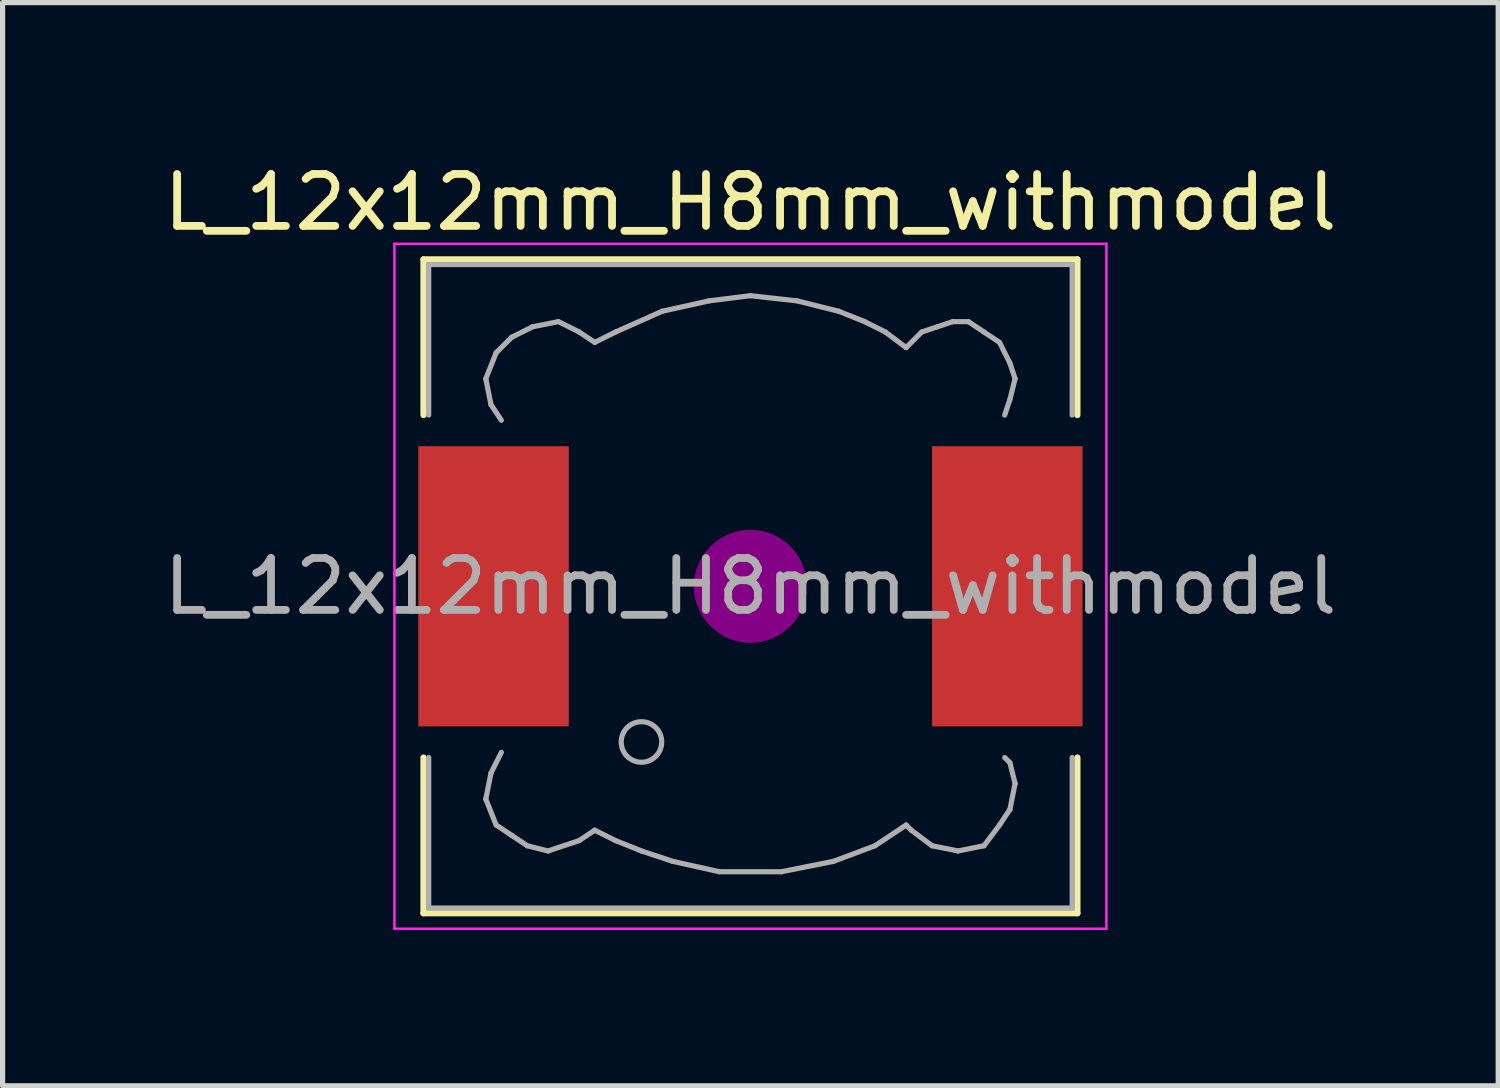
<source format=kicad_pcb>
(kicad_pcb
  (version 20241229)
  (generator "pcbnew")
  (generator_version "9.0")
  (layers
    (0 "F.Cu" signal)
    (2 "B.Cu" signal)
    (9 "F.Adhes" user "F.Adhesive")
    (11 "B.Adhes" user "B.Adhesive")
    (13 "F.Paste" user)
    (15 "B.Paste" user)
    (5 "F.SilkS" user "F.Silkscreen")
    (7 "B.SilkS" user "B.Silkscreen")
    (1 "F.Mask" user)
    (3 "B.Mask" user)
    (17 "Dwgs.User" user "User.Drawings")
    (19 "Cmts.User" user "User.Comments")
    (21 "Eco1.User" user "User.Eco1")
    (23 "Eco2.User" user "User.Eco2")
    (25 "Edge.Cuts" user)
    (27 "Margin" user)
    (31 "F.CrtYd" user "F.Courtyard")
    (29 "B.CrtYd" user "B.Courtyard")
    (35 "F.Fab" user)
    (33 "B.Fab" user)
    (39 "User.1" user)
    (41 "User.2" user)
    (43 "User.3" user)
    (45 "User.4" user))
  (footprint "L_12x12mm_H8mm_withmodel"
    (layer "F.Cu")
    (at 11.411 8.248)
    (property "Reference" "L_12x12mm_H8mm_withmodel" (at 0 -7.4 0) (layer "F.SilkS") (effects (font (size 1 1) (thickness 0.15))))
    (attr smd)
    (fp_line (start -6.3 -6.3) (end 6.3 -6.3) (stroke (width 0.12) (type solid)) (layer "F.SilkS"))
    (fp_line (start -6.3 -3.3) (end -6.3 -6.3) (stroke (width 0.12) (type solid)) (layer "F.SilkS"))
    (fp_line (start -6.3 6.3) (end -6.3 3.3) (stroke (width 0.12) (type solid)) (layer "F.SilkS"))
    (fp_line (start 6.3 -6.3) (end 6.3 -3.3) (stroke (width 0.12) (type solid)) (layer "F.SilkS"))
    (fp_line (start 6.3 3.3) (end 6.3 6.3) (stroke (width 0.12) (type solid)) (layer "F.SilkS"))
    (fp_line (start 6.3 6.3) (end -6.3 6.3) (stroke (width 0.12) (type solid)) (layer "F.SilkS"))
    (fp_circle (center 0 0) (end 0.15 0.15) (stroke (width 0.38) (type solid)) (fill no) (layer "F.Adhes"))
    (fp_circle (center 0 0) (end 0.55 0) (stroke (width 0.38) (type solid)) (fill no) (layer "F.Adhes"))
    (fp_circle (center 0 0) (end 0.9 0) (stroke (width 0.38) (type solid)) (fill no) (layer "F.Adhes"))
    (fp_line (start -6.86 -6.6) (end 6.86 -6.6) (stroke (width 0.05) (type solid)) (layer "F.CrtYd"))
    (fp_line (start -6.86 6.6) (end -6.86 -6.6) (stroke (width 0.05) (type solid)) (layer "F.CrtYd"))
    (fp_line (start 6.86 -6.6) (end 6.86 6.6) (stroke (width 0.05) (type solid)) (layer "F.CrtYd"))
    (fp_line (start 6.86 6.6) (end -6.86 6.6) (stroke (width 0.05) (type solid)) (layer "F.CrtYd"))
    (fp_line (start -6.2 -6.2) (end -6.2 -3.3) (stroke (width 0.1) (type solid)) (layer "F.Fab"))
    (fp_line (start -6.2 3.3) (end -6.2 6.2) (stroke (width 0.1) (type solid)) (layer "F.Fab"))
    (fp_line (start -6.2 6.2) (end 6.2 6.2) (stroke (width 0.1) (type solid)) (layer "F.Fab"))
    (fp_line (start -5.1 -4) (end -5 -3.5) (stroke (width 0.1) (type solid)) (layer "F.Fab"))
    (fp_line (start -5.1 4.1) (end -5 3.6) (stroke (width 0.1) (type solid)) (layer "F.Fab"))
    (fp_line (start -5 -3.5) (end -4.8 -3.2) (stroke (width 0.1) (type solid)) (layer "F.Fab"))
    (fp_line (start -5 3.6) (end -4.8 3.2) (stroke (width 0.1) (type solid)) (layer "F.Fab"))
    (fp_line (start -4.9 -4.5) (end -5.1 -4) (stroke (width 0.1) (type solid)) (layer "F.Fab"))
    (fp_line (start -4.9 4.6) (end -5.1 4.1) (stroke (width 0.1) (type solid)) (layer "F.Fab"))
    (fp_line (start -4.6 -4.8) (end -4.9 -4.5) (stroke (width 0.1) (type solid)) (layer "F.Fab"))
    (fp_line (start -4.6 4.8) (end -4.9 4.6) (stroke (width 0.1) (type solid)) (layer "F.Fab"))
    (fp_line (start -4.3 5) (end -4.6 4.8) (stroke (width 0.1) (type solid)) (layer "F.Fab"))
    (fp_line (start -4.2 -5) (end -4.6 -4.8) (stroke (width 0.1) (type solid)) (layer "F.Fab"))
    (fp_line (start -3.9 5.1) (end -4.3 5) (stroke (width 0.1) (type solid)) (layer "F.Fab"))
    (fp_line (start -3.7 -5.1) (end -4.2 -5) (stroke (width 0.1) (type solid)) (layer "F.Fab"))
    (fp_line (start -3.3 -4.9) (end -3.7 -5.1) (stroke (width 0.1) (type solid)) (layer "F.Fab"))
    (fp_line (start -3.3 4.9) (end -3.9 5.1) (stroke (width 0.1) (type solid)) (layer "F.Fab"))
    (fp_line (start -3 -4.7) (end -3.3 -4.9) (stroke (width 0.1) (type solid)) (layer "F.Fab"))
    (fp_line (start -3 4.7) (end -3.3 4.9) (stroke (width 0.1) (type solid)) (layer "F.Fab"))
    (fp_line (start -2.6 -4.9) (end -3 -4.7) (stroke (width 0.1) (type solid)) (layer "F.Fab"))
    (fp_line (start -2.6 4.9) (end -3 4.7) (stroke (width 0.1) (type solid)) (layer "F.Fab"))
    (fp_line (start -2.1 5.1) (end -2.6 4.9) (stroke (width 0.1) (type solid)) (layer "F.Fab"))
    (fp_line (start -1.7 -5.3) (end -2.6 -4.9) (stroke (width 0.1) (type solid)) (layer "F.Fab"))
    (fp_line (start -1.5 5.3) (end -2.1 5.1) (stroke (width 0.1) (type solid)) (layer "F.Fab"))
    (fp_line (start -0.8 -5.5) (end -1.7 -5.3) (stroke (width 0.1) (type solid)) (layer "F.Fab"))
    (fp_line (start -0.6 5.5) (end -1.5 5.3) (stroke (width 0.1) (type solid)) (layer "F.Fab"))
    (fp_line (start 0 -5.6) (end -0.8 -5.5) (stroke (width 0.1) (type solid)) (layer "F.Fab"))
    (fp_line (start 0.6 5.5) (end -0.6 5.5) (stroke (width 0.1) (type solid)) (layer "F.Fab"))
    (fp_line (start 0.9 -5.5) (end 0 -5.6) (stroke (width 0.1) (type solid)) (layer "F.Fab"))
    (fp_line (start 1.6 5.3) (end 0.6 5.5) (stroke (width 0.1) (type solid)) (layer "F.Fab"))
    (fp_line (start 1.7 -5.3) (end 0.9 -5.5) (stroke (width 0.1) (type solid)) (layer "F.Fab"))
    (fp_line (start 2.2 -5.1) (end 1.7 -5.3) (stroke (width 0.1) (type solid)) (layer "F.Fab"))
    (fp_line (start 2.4 5) (end 1.6 5.3) (stroke (width 0.1) (type solid)) (layer "F.Fab"))
    (fp_line (start 2.6 -4.9) (end 2.2 -5.1) (stroke (width 0.1) (type solid)) (layer "F.Fab"))
    (fp_line (start 3 -4.6) (end 2.6 -4.9) (stroke (width 0.1) (type solid)) (layer "F.Fab"))
    (fp_line (start 3 4.6) (end 2.4 5) (stroke (width 0.1) (type solid)) (layer "F.Fab"))
    (fp_line (start 3.1 4.7) (end 3 4.6) (stroke (width 0.1) (type solid)) (layer "F.Fab"))
    (fp_line (start 3.3 -4.9) (end 3 -4.6) (stroke (width 0.1) (type solid)) (layer "F.Fab"))
    (fp_line (start 3.5 5) (end 3.1 4.7) (stroke (width 0.1) (type solid)) (layer "F.Fab"))
    (fp_line (start 3.6 -5) (end 3.3 -4.9) (stroke (width 0.1) (type solid)) (layer "F.Fab"))
    (fp_line (start 3.9 -5.1) (end 3.6 -5) (stroke (width 0.1) (type solid)) (layer "F.Fab"))
    (fp_line (start 4 5.1) (end 3.5 5) (stroke (width 0.1) (type solid)) (layer "F.Fab"))
    (fp_line (start 4.2 -5.1) (end 3.9 -5.1) (stroke (width 0.1) (type solid)) (layer "F.Fab"))
    (fp_line (start 4.5 -4.9) (end 4.2 -5.1) (stroke (width 0.1) (type solid)) (layer "F.Fab"))
    (fp_line (start 4.5 5) (end 4 5.1) (stroke (width 0.1) (type solid)) (layer "F.Fab"))
    (fp_line (start 4.8 -4.7) (end 4.5 -4.9) (stroke (width 0.1) (type solid)) (layer "F.Fab"))
    (fp_line (start 4.8 4.6) (end 4.5 5) (stroke (width 0.1) (type solid)) (layer "F.Fab"))
    (fp_line (start 4.9 -3.3) (end 5 -3.6) (stroke (width 0.1) (type solid)) (layer "F.Fab"))
    (fp_line (start 4.9 3.3) (end 5 3.4) (stroke (width 0.1) (type solid)) (layer "F.Fab"))
    (fp_line (start 5 -4.3) (end 4.8 -4.7) (stroke (width 0.1) (type solid)) (layer "F.Fab"))
    (fp_line (start 5 -3.6) (end 5.1 -4) (stroke (width 0.1) (type solid)) (layer "F.Fab"))
    (fp_line (start 5 3.4) (end 5.1 3.8) (stroke (width 0.1) (type solid)) (layer "F.Fab"))
    (fp_line (start 5 4.3) (end 4.8 4.6) (stroke (width 0.1) (type solid)) (layer "F.Fab"))
    (fp_line (start 5.1 -4) (end 5 -4.3) (stroke (width 0.1) (type solid)) (layer "F.Fab"))
    (fp_line (start 5.1 3.8) (end 5 4.3) (stroke (width 0.1) (type solid)) (layer "F.Fab"))
    (fp_line (start 6.2 -6.2) (end -6.2 -6.2) (stroke (width 0.1) (type solid)) (layer "F.Fab"))
    (fp_line (start 6.2 -6.2) (end 6.2 -3.3) (stroke (width 0.1) (type solid)) (layer "F.Fab"))
    (fp_line (start 6.2 6.2) (end 6.2 3.3) (stroke (width 0.1) (type solid)) (layer "F.Fab"))
    (fp_circle (center -2.1 3) (end -1.8 3.25) (stroke (width 0.1) (type solid)) (fill no) (layer "F.Fab"))
    (fp_text user "${REFERENCE}" (at 0 0 0) (layer "F.Fab") (effects (font (size 1 1) (thickness 0.15))))
    (pad "1" smd rect (at -4.95 0) (size 2.9 5.4) (layers "F.Cu" "F.Mask" "F.Paste"))
    (pad "2" smd rect (at 4.95 0) (size 2.9 5.4) (layers "F.Cu" "F.Mask" "F.Paste")))
  (gr_rect
    (start -3 -3)
    (end 25.821 17.873)
    (stroke (width 0.1) (type default))
    (fill no)
    (layer "Edge.Cuts")))
</source>
